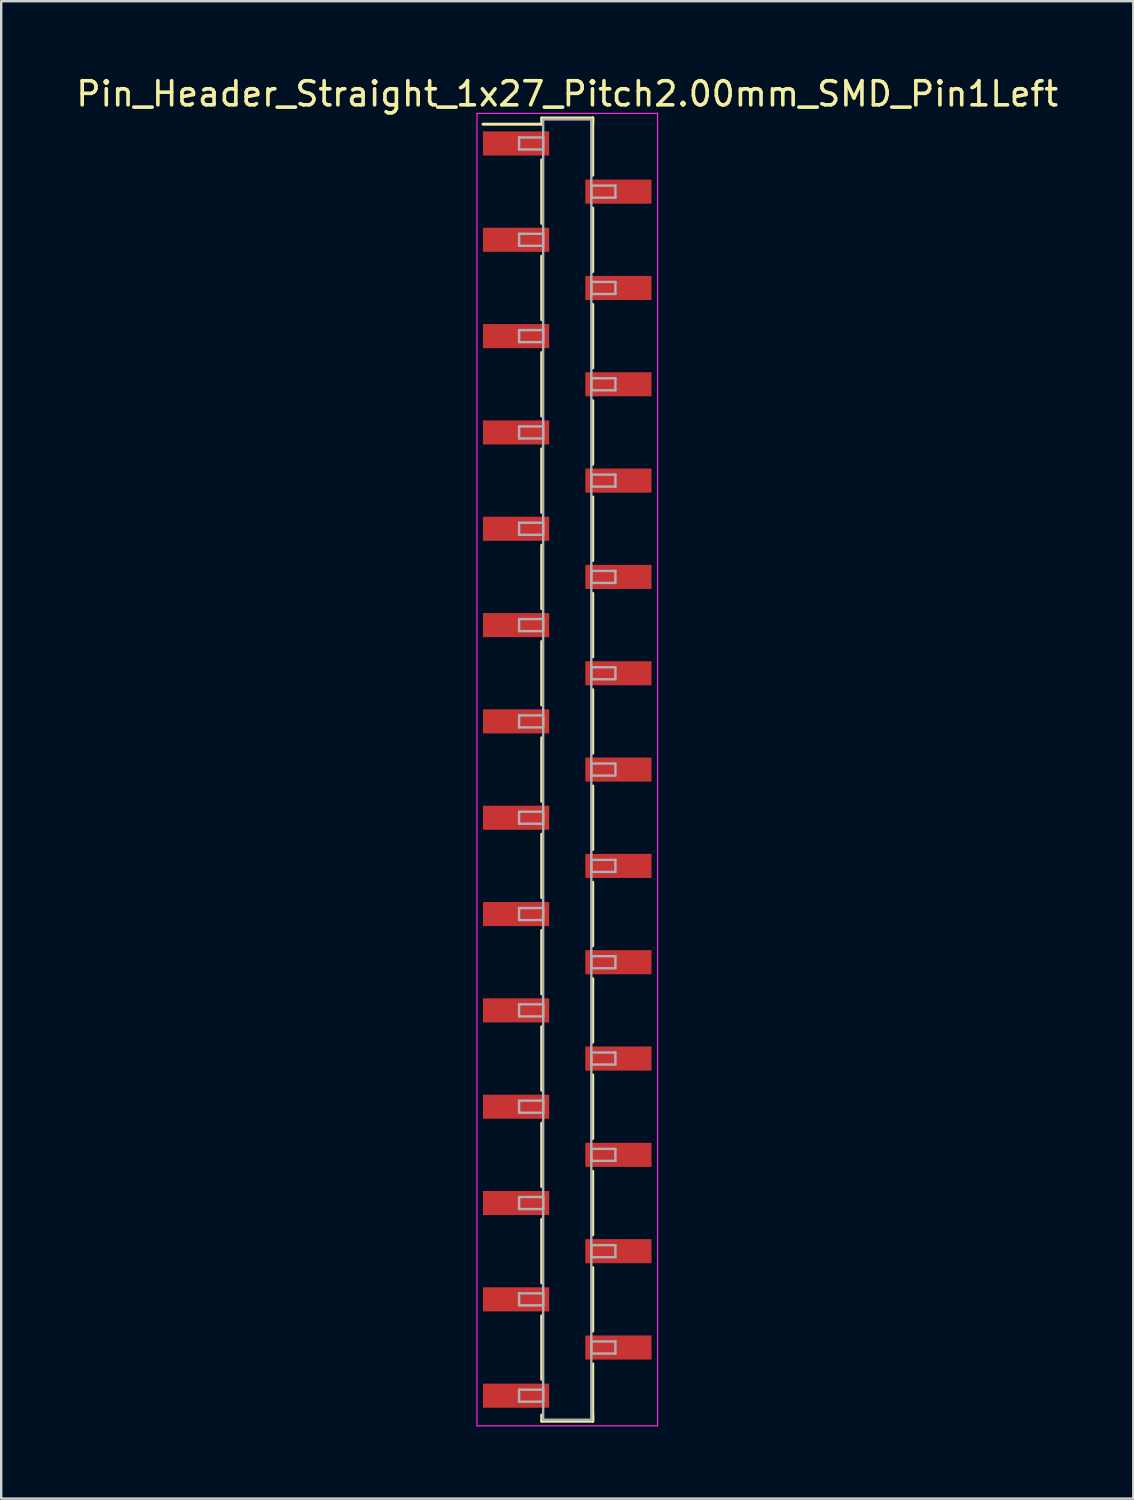
<source format=kicad_pcb>
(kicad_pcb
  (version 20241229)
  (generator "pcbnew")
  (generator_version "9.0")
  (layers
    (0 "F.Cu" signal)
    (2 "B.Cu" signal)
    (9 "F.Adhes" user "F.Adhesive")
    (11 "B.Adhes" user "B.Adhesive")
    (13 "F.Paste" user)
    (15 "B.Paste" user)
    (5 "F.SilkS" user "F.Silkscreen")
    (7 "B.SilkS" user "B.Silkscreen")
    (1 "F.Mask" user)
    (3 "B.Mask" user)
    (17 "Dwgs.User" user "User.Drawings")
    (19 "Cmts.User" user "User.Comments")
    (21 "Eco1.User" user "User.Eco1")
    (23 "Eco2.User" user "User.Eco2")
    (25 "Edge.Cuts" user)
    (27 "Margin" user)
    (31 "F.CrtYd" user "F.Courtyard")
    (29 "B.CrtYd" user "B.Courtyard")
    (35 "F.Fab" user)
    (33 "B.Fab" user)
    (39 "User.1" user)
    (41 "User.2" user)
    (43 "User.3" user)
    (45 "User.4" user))
  (footprint "Pin_Header_Straight_1x27_Pitch2.00mm_SMD_Pin1Left"
    (layer "F.Cu")
    (at 20.506 28.908)
    (property "Reference" "Pin_Header_Straight_1x27_Pitch2.00mm_SMD_Pin1Left" (at 0 -28.06 0) (layer "F.SilkS") (effects (font (size 1 1) (thickness 0.15))))
    (attr smd)
    (fp_line (start -1.06 -27.06) (end 1.06 -27.06) (stroke (width 0.12) (type solid)) (layer "F.SilkS"))
    (fp_line (start -1.06 -26.8) (end -3.5 -26.8) (stroke (width 0.12) (type solid)) (layer "F.SilkS"))
    (fp_line (start -1.06 -26.8) (end -1.06 -27.06) (stroke (width 0.12) (type solid)) (layer "F.SilkS"))
    (fp_line (start -1.06 -25.32) (end -1.06 -22.68) (stroke (width 0.12) (type solid)) (layer "F.SilkS"))
    (fp_line (start -1.06 -21.32) (end -1.06 -18.68) (stroke (width 0.12) (type solid)) (layer "F.SilkS"))
    (fp_line (start -1.06 -17.32) (end -1.06 -14.68) (stroke (width 0.12) (type solid)) (layer "F.SilkS"))
    (fp_line (start -1.06 -13.32) (end -1.06 -10.68) (stroke (width 0.12) (type solid)) (layer "F.SilkS"))
    (fp_line (start -1.06 -9.32) (end -1.06 -6.68) (stroke (width 0.12) (type solid)) (layer "F.SilkS"))
    (fp_line (start -1.06 -5.32) (end -1.06 -2.68) (stroke (width 0.12) (type solid)) (layer "F.SilkS"))
    (fp_line (start -1.06 -1.32) (end -1.06 1.32) (stroke (width 0.12) (type solid)) (layer "F.SilkS"))
    (fp_line (start -1.06 2.68) (end -1.06 5.32) (stroke (width 0.12) (type solid)) (layer "F.SilkS"))
    (fp_line (start -1.06 6.68) (end -1.06 9.32) (stroke (width 0.12) (type solid)) (layer "F.SilkS"))
    (fp_line (start -1.06 10.68) (end -1.06 13.32) (stroke (width 0.12) (type solid)) (layer "F.SilkS"))
    (fp_line (start -1.06 14.68) (end -1.06 17.32) (stroke (width 0.12) (type solid)) (layer "F.SilkS"))
    (fp_line (start -1.06 18.68) (end -1.06 21.32) (stroke (width 0.12) (type solid)) (layer "F.SilkS"))
    (fp_line (start -1.06 22.68) (end -1.06 25.32) (stroke (width 0.12) (type solid)) (layer "F.SilkS"))
    (fp_line (start -1.06 26.8) (end -1.06 27.06) (stroke (width 0.12) (type solid)) (layer "F.SilkS"))
    (fp_line (start -1.06 27.06) (end 1.06 27.06) (stroke (width 0.12) (type solid)) (layer "F.SilkS"))
    (fp_line (start 1.06 -27.06) (end 1.06 -26.8) (stroke (width 0.12) (type solid)) (layer "F.SilkS"))
    (fp_line (start 1.06 -27.06) (end 1.06 -24.68) (stroke (width 0.12) (type solid)) (layer "F.SilkS"))
    (fp_line (start 1.06 -23.32) (end 1.06 -20.68) (stroke (width 0.12) (type solid)) (layer "F.SilkS"))
    (fp_line (start 1.06 -19.32) (end 1.06 -16.68) (stroke (width 0.12) (type solid)) (layer "F.SilkS"))
    (fp_line (start 1.06 -15.32) (end 1.06 -12.68) (stroke (width 0.12) (type solid)) (layer "F.SilkS"))
    (fp_line (start 1.06 -11.32) (end 1.06 -8.68) (stroke (width 0.12) (type solid)) (layer "F.SilkS"))
    (fp_line (start 1.06 -7.32) (end 1.06 -4.68) (stroke (width 0.12) (type solid)) (layer "F.SilkS"))
    (fp_line (start 1.06 -3.32) (end 1.06 -0.68) (stroke (width 0.12) (type solid)) (layer "F.SilkS"))
    (fp_line (start 1.06 0.68) (end 1.06 3.32) (stroke (width 0.12) (type solid)) (layer "F.SilkS"))
    (fp_line (start 1.06 4.68) (end 1.06 7.32) (stroke (width 0.12) (type solid)) (layer "F.SilkS"))
    (fp_line (start 1.06 8.68) (end 1.06 11.32) (stroke (width 0.12) (type solid)) (layer "F.SilkS"))
    (fp_line (start 1.06 12.68) (end 1.06 15.32) (stroke (width 0.12) (type solid)) (layer "F.SilkS"))
    (fp_line (start 1.06 16.68) (end 1.06 19.32) (stroke (width 0.12) (type solid)) (layer "F.SilkS"))
    (fp_line (start 1.06 20.68) (end 1.06 23.32) (stroke (width 0.12) (type solid)) (layer "F.SilkS"))
    (fp_line (start 1.06 24.68) (end 1.06 27.06) (stroke (width 0.12) (type solid)) (layer "F.SilkS"))
    (fp_line (start 1.06 27.06) (end 1.06 26.8) (stroke (width 0.12) (type solid)) (layer "F.SilkS"))
    (fp_line (start -3.75 -27.25) (end -3.75 27.25) (stroke (width 0.05) (type solid)) (layer "F.CrtYd"))
    (fp_line (start -3.75 27.25) (end 3.75 27.25) (stroke (width 0.05) (type solid)) (layer "F.CrtYd"))
    (fp_line (start 3.75 -27.25) (end -3.75 -27.25) (stroke (width 0.05) (type solid)) (layer "F.CrtYd"))
    (fp_line (start 3.75 27.25) (end 3.75 -27.25) (stroke (width 0.05) (type solid)) (layer "F.CrtYd"))
    (fp_line (start -2 -26.25) (end -1 -26.25) (stroke (width 0.1) (type solid)) (layer "F.Fab"))
    (fp_line (start -2 -25.75) (end -2 -26.25) (stroke (width 0.1) (type solid)) (layer "F.Fab"))
    (fp_line (start -2 -22.25) (end -1 -22.25) (stroke (width 0.1) (type solid)) (layer "F.Fab"))
    (fp_line (start -2 -21.75) (end -2 -22.25) (stroke (width 0.1) (type solid)) (layer "F.Fab"))
    (fp_line (start -2 -18.25) (end -1 -18.25) (stroke (width 0.1) (type solid)) (layer "F.Fab"))
    (fp_line (start -2 -17.75) (end -2 -18.25) (stroke (width 0.1) (type solid)) (layer "F.Fab"))
    (fp_line (start -2 -14.25) (end -1 -14.25) (stroke (width 0.1) (type solid)) (layer "F.Fab"))
    (fp_line (start -2 -13.75) (end -2 -14.25) (stroke (width 0.1) (type solid)) (layer "F.Fab"))
    (fp_line (start -2 -10.25) (end -1 -10.25) (stroke (width 0.1) (type solid)) (layer "F.Fab"))
    (fp_line (start -2 -9.75) (end -2 -10.25) (stroke (width 0.1) (type solid)) (layer "F.Fab"))
    (fp_line (start -2 -6.25) (end -1 -6.25) (stroke (width 0.1) (type solid)) (layer "F.Fab"))
    (fp_line (start -2 -5.75) (end -2 -6.25) (stroke (width 0.1) (type solid)) (layer "F.Fab"))
    (fp_line (start -2 -2.25) (end -1 -2.25) (stroke (width 0.1) (type solid)) (layer "F.Fab"))
    (fp_line (start -2 -1.75) (end -2 -2.25) (stroke (width 0.1) (type solid)) (layer "F.Fab"))
    (fp_line (start -2 1.75) (end -1 1.75) (stroke (width 0.1) (type solid)) (layer "F.Fab"))
    (fp_line (start -2 2.25) (end -2 1.75) (stroke (width 0.1) (type solid)) (layer "F.Fab"))
    (fp_line (start -2 5.75) (end -1 5.75) (stroke (width 0.1) (type solid)) (layer "F.Fab"))
    (fp_line (start -2 6.25) (end -2 5.75) (stroke (width 0.1) (type solid)) (layer "F.Fab"))
    (fp_line (start -2 9.75) (end -1 9.75) (stroke (width 0.1) (type solid)) (layer "F.Fab"))
    (fp_line (start -2 10.25) (end -2 9.75) (stroke (width 0.1) (type solid)) (layer "F.Fab"))
    (fp_line (start -2 13.75) (end -1 13.75) (stroke (width 0.1) (type solid)) (layer "F.Fab"))
    (fp_line (start -2 14.25) (end -2 13.75) (stroke (width 0.1) (type solid)) (layer "F.Fab"))
    (fp_line (start -2 17.75) (end -1 17.75) (stroke (width 0.1) (type solid)) (layer "F.Fab"))
    (fp_line (start -2 18.25) (end -2 17.75) (stroke (width 0.1) (type solid)) (layer "F.Fab"))
    (fp_line (start -2 21.75) (end -1 21.75) (stroke (width 0.1) (type solid)) (layer "F.Fab"))
    (fp_line (start -2 22.25) (end -2 21.75) (stroke (width 0.1) (type solid)) (layer "F.Fab"))
    (fp_line (start -2 25.75) (end -1 25.75) (stroke (width 0.1) (type solid)) (layer "F.Fab"))
    (fp_line (start -2 26.25) (end -2 25.75) (stroke (width 0.1) (type solid)) (layer "F.Fab"))
    (fp_line (start -1 -27) (end -1 27) (stroke (width 0.1) (type solid)) (layer "F.Fab"))
    (fp_line (start -1 -26.25) (end -1 -25.75) (stroke (width 0.1) (type solid)) (layer "F.Fab"))
    (fp_line (start -1 -25.75) (end -2 -25.75) (stroke (width 0.1) (type solid)) (layer "F.Fab"))
    (fp_line (start -1 -22.25) (end -1 -21.75) (stroke (width 0.1) (type solid)) (layer "F.Fab"))
    (fp_line (start -1 -21.75) (end -2 -21.75) (stroke (width 0.1) (type solid)) (layer "F.Fab"))
    (fp_line (start -1 -18.25) (end -1 -17.75) (stroke (width 0.1) (type solid)) (layer "F.Fab"))
    (fp_line (start -1 -17.75) (end -2 -17.75) (stroke (width 0.1) (type solid)) (layer "F.Fab"))
    (fp_line (start -1 -14.25) (end -1 -13.75) (stroke (width 0.1) (type solid)) (layer "F.Fab"))
    (fp_line (start -1 -13.75) (end -2 -13.75) (stroke (width 0.1) (type solid)) (layer "F.Fab"))
    (fp_line (start -1 -10.25) (end -1 -9.75) (stroke (width 0.1) (type solid)) (layer "F.Fab"))
    (fp_line (start -1 -9.75) (end -2 -9.75) (stroke (width 0.1) (type solid)) (layer "F.Fab"))
    (fp_line (start -1 -6.25) (end -1 -5.75) (stroke (width 0.1) (type solid)) (layer "F.Fab"))
    (fp_line (start -1 -5.75) (end -2 -5.75) (stroke (width 0.1) (type solid)) (layer "F.Fab"))
    (fp_line (start -1 -2.25) (end -1 -1.75) (stroke (width 0.1) (type solid)) (layer "F.Fab"))
    (fp_line (start -1 -1.75) (end -2 -1.75) (stroke (width 0.1) (type solid)) (layer "F.Fab"))
    (fp_line (start -1 1.75) (end -1 2.25) (stroke (width 0.1) (type solid)) (layer "F.Fab"))
    (fp_line (start -1 2.25) (end -2 2.25) (stroke (width 0.1) (type solid)) (layer "F.Fab"))
    (fp_line (start -1 5.75) (end -1 6.25) (stroke (width 0.1) (type solid)) (layer "F.Fab"))
    (fp_line (start -1 6.25) (end -2 6.25) (stroke (width 0.1) (type solid)) (layer "F.Fab"))
    (fp_line (start -1 9.75) (end -1 10.25) (stroke (width 0.1) (type solid)) (layer "F.Fab"))
    (fp_line (start -1 10.25) (end -2 10.25) (stroke (width 0.1) (type solid)) (layer "F.Fab"))
    (fp_line (start -1 13.75) (end -1 14.25) (stroke (width 0.1) (type solid)) (layer "F.Fab"))
    (fp_line (start -1 14.25) (end -2 14.25) (stroke (width 0.1) (type solid)) (layer "F.Fab"))
    (fp_line (start -1 17.75) (end -1 18.25) (stroke (width 0.1) (type solid)) (layer "F.Fab"))
    (fp_line (start -1 18.25) (end -2 18.25) (stroke (width 0.1) (type solid)) (layer "F.Fab"))
    (fp_line (start -1 21.75) (end -1 22.25) (stroke (width 0.1) (type solid)) (layer "F.Fab"))
    (fp_line (start -1 22.25) (end -2 22.25) (stroke (width 0.1) (type solid)) (layer "F.Fab"))
    (fp_line (start -1 25.75) (end -1 26.25) (stroke (width 0.1) (type solid)) (layer "F.Fab"))
    (fp_line (start -1 26.25) (end -2 26.25) (stroke (width 0.1) (type solid)) (layer "F.Fab"))
    (fp_line (start -1 27) (end 1 27) (stroke (width 0.1) (type solid)) (layer "F.Fab"))
    (fp_line (start 1 -27) (end -1 -27) (stroke (width 0.1) (type solid)) (layer "F.Fab"))
    (fp_line (start 1 -24.25) (end 1 -23.75) (stroke (width 0.1) (type solid)) (layer "F.Fab"))
    (fp_line (start 1 -23.75) (end 2 -23.75) (stroke (width 0.1) (type solid)) (layer "F.Fab"))
    (fp_line (start 1 -20.25) (end 1 -19.75) (stroke (width 0.1) (type solid)) (layer "F.Fab"))
    (fp_line (start 1 -19.75) (end 2 -19.75) (stroke (width 0.1) (type solid)) (layer "F.Fab"))
    (fp_line (start 1 -16.25) (end 1 -15.75) (stroke (width 0.1) (type solid)) (layer "F.Fab"))
    (fp_line (start 1 -15.75) (end 2 -15.75) (stroke (width 0.1) (type solid)) (layer "F.Fab"))
    (fp_line (start 1 -12.25) (end 1 -11.75) (stroke (width 0.1) (type solid)) (layer "F.Fab"))
    (fp_line (start 1 -11.75) (end 2 -11.75) (stroke (width 0.1) (type solid)) (layer "F.Fab"))
    (fp_line (start 1 -8.25) (end 1 -7.75) (stroke (width 0.1) (type solid)) (layer "F.Fab"))
    (fp_line (start 1 -7.75) (end 2 -7.75) (stroke (width 0.1) (type solid)) (layer "F.Fab"))
    (fp_line (start 1 -4.25) (end 1 -3.75) (stroke (width 0.1) (type solid)) (layer "F.Fab"))
    (fp_line (start 1 -3.75) (end 2 -3.75) (stroke (width 0.1) (type solid)) (layer "F.Fab"))
    (fp_line (start 1 -0.25) (end 1 0.25) (stroke (width 0.1) (type solid)) (layer "F.Fab"))
    (fp_line (start 1 0.25) (end 2 0.25) (stroke (width 0.1) (type solid)) (layer "F.Fab"))
    (fp_line (start 1 3.75) (end 1 4.25) (stroke (width 0.1) (type solid)) (layer "F.Fab"))
    (fp_line (start 1 4.25) (end 2 4.25) (stroke (width 0.1) (type solid)) (layer "F.Fab"))
    (fp_line (start 1 7.75) (end 1 8.25) (stroke (width 0.1) (type solid)) (layer "F.Fab"))
    (fp_line (start 1 8.25) (end 2 8.25) (stroke (width 0.1) (type solid)) (layer "F.Fab"))
    (fp_line (start 1 11.75) (end 1 12.25) (stroke (width 0.1) (type solid)) (layer "F.Fab"))
    (fp_line (start 1 12.25) (end 2 12.25) (stroke (width 0.1) (type solid)) (layer "F.Fab"))
    (fp_line (start 1 15.75) (end 1 16.25) (stroke (width 0.1) (type solid)) (layer "F.Fab"))
    (fp_line (start 1 16.25) (end 2 16.25) (stroke (width 0.1) (type solid)) (layer "F.Fab"))
    (fp_line (start 1 19.75) (end 1 20.25) (stroke (width 0.1) (type solid)) (layer "F.Fab"))
    (fp_line (start 1 20.25) (end 2 20.25) (stroke (width 0.1) (type solid)) (layer "F.Fab"))
    (fp_line (start 1 23.75) (end 1 24.25) (stroke (width 0.1) (type solid)) (layer "F.Fab"))
    (fp_line (start 1 24.25) (end 2 24.25) (stroke (width 0.1) (type solid)) (layer "F.Fab"))
    (fp_line (start 1 27) (end 1 -27) (stroke (width 0.1) (type solid)) (layer "F.Fab"))
    (fp_line (start 2 -24.25) (end 1 -24.25) (stroke (width 0.1) (type solid)) (layer "F.Fab"))
    (fp_line (start 2 -23.75) (end 2 -24.25) (stroke (width 0.1) (type solid)) (layer "F.Fab"))
    (fp_line (start 2 -20.25) (end 1 -20.25) (stroke (width 0.1) (type solid)) (layer "F.Fab"))
    (fp_line (start 2 -19.75) (end 2 -20.25) (stroke (width 0.1) (type solid)) (layer "F.Fab"))
    (fp_line (start 2 -16.25) (end 1 -16.25) (stroke (width 0.1) (type solid)) (layer "F.Fab"))
    (fp_line (start 2 -15.75) (end 2 -16.25) (stroke (width 0.1) (type solid)) (layer "F.Fab"))
    (fp_line (start 2 -12.25) (end 1 -12.25) (stroke (width 0.1) (type solid)) (layer "F.Fab"))
    (fp_line (start 2 -11.75) (end 2 -12.25) (stroke (width 0.1) (type solid)) (layer "F.Fab"))
    (fp_line (start 2 -8.25) (end 1 -8.25) (stroke (width 0.1) (type solid)) (layer "F.Fab"))
    (fp_line (start 2 -7.75) (end 2 -8.25) (stroke (width 0.1) (type solid)) (layer "F.Fab"))
    (fp_line (start 2 -4.25) (end 1 -4.25) (stroke (width 0.1) (type solid)) (layer "F.Fab"))
    (fp_line (start 2 -3.75) (end 2 -4.25) (stroke (width 0.1) (type solid)) (layer "F.Fab"))
    (fp_line (start 2 -0.25) (end 1 -0.25) (stroke (width 0.1) (type solid)) (layer "F.Fab"))
    (fp_line (start 2 0.25) (end 2 -0.25) (stroke (width 0.1) (type solid)) (layer "F.Fab"))
    (fp_line (start 2 3.75) (end 1 3.75) (stroke (width 0.1) (type solid)) (layer "F.Fab"))
    (fp_line (start 2 4.25) (end 2 3.75) (stroke (width 0.1) (type solid)) (layer "F.Fab"))
    (fp_line (start 2 7.75) (end 1 7.75) (stroke (width 0.1) (type solid)) (layer "F.Fab"))
    (fp_line (start 2 8.25) (end 2 7.75) (stroke (width 0.1) (type solid)) (layer "F.Fab"))
    (fp_line (start 2 11.75) (end 1 11.75) (stroke (width 0.1) (type solid)) (layer "F.Fab"))
    (fp_line (start 2 12.25) (end 2 11.75) (stroke (width 0.1) (type solid)) (layer "F.Fab"))
    (fp_line (start 2 15.75) (end 1 15.75) (stroke (width 0.1) (type solid)) (layer "F.Fab"))
    (fp_line (start 2 16.25) (end 2 15.75) (stroke (width 0.1) (type solid)) (layer "F.Fab"))
    (fp_line (start 2 19.75) (end 1 19.75) (stroke (width 0.1) (type solid)) (layer "F.Fab"))
    (fp_line (start 2 20.25) (end 2 19.75) (stroke (width 0.1) (type solid)) (layer "F.Fab"))
    (fp_line (start 2 23.75) (end 1 23.75) (stroke (width 0.1) (type solid)) (layer "F.Fab"))
    (fp_line (start 2 24.25) (end 2 23.75) (stroke (width 0.1) (type solid)) (layer "F.Fab"))
    (pad "1" smd rect (at -2.125 -26) (size 2.75 1) (layers "F.Cu" "F.Mask"))
    (pad "2" smd rect (at 2.125 -24) (size 2.75 1) (layers "F.Cu" "F.Mask"))
    (pad "3" smd rect (at -2.125 -22) (size 2.75 1) (layers "F.Cu" "F.Mask"))
    (pad "4" smd rect (at 2.125 -20) (size 2.75 1) (layers "F.Cu" "F.Mask"))
    (pad "5" smd rect (at -2.125 -18) (size 2.75 1) (layers "F.Cu" "F.Mask"))
    (pad "6" smd rect (at 2.125 -16) (size 2.75 1) (layers "F.Cu" "F.Mask"))
    (pad "7" smd rect (at -2.125 -14) (size 2.75 1) (layers "F.Cu" "F.Mask"))
    (pad "8" smd rect (at 2.125 -12) (size 2.75 1) (layers "F.Cu" "F.Mask"))
    (pad "9" smd rect (at -2.125 -10) (size 2.75 1) (layers "F.Cu" "F.Mask"))
    (pad "10" smd rect (at 2.125 -8) (size 2.75 1) (layers "F.Cu" "F.Mask"))
    (pad "11" smd rect (at -2.125 -6) (size 2.75 1) (layers "F.Cu" "F.Mask"))
    (pad "12" smd rect (at 2.125 -4) (size 2.75 1) (layers "F.Cu" "F.Mask"))
    (pad "13" smd rect (at -2.125 -2) (size 2.75 1) (layers "F.Cu" "F.Mask"))
    (pad "14" smd rect (at 2.125 0) (size 2.75 1) (layers "F.Cu" "F.Mask"))
    (pad "15" smd rect (at -2.125 2) (size 2.75 1) (layers "F.Cu" "F.Mask"))
    (pad "16" smd rect (at 2.125 4) (size 2.75 1) (layers "F.Cu" "F.Mask"))
    (pad "17" smd rect (at -2.125 6) (size 2.75 1) (layers "F.Cu" "F.Mask"))
    (pad "18" smd rect (at 2.125 8) (size 2.75 1) (layers "F.Cu" "F.Mask"))
    (pad "19" smd rect (at -2.125 10) (size 2.75 1) (layers "F.Cu" "F.Mask"))
    (pad "20" smd rect (at 2.125 12) (size 2.75 1) (layers "F.Cu" "F.Mask"))
    (pad "21" smd rect (at -2.125 14) (size 2.75 1) (layers "F.Cu" "F.Mask"))
    (pad "22" smd rect (at 2.125 16) (size 2.75 1) (layers "F.Cu" "F.Mask"))
    (pad "23" smd rect (at -2.125 18) (size 2.75 1) (layers "F.Cu" "F.Mask"))
    (pad "24" smd rect (at 2.125 20) (size 2.75 1) (layers "F.Cu" "F.Mask"))
    (pad "25" smd rect (at -2.125 22) (size 2.75 1) (layers "F.Cu" "F.Mask"))
    (pad "26" smd rect (at 2.125 24) (size 2.75 1) (layers "F.Cu" "F.Mask"))
    (pad "27" smd rect (at -2.125 26) (size 2.75 1) (layers "F.Cu" "F.Mask")))
  (gr_rect
    (start -3 -3)
    (end 44.012 59.183)
    (stroke (width 0.1) (type default))
    (fill no)
    (layer "Edge.Cuts")))
</source>
